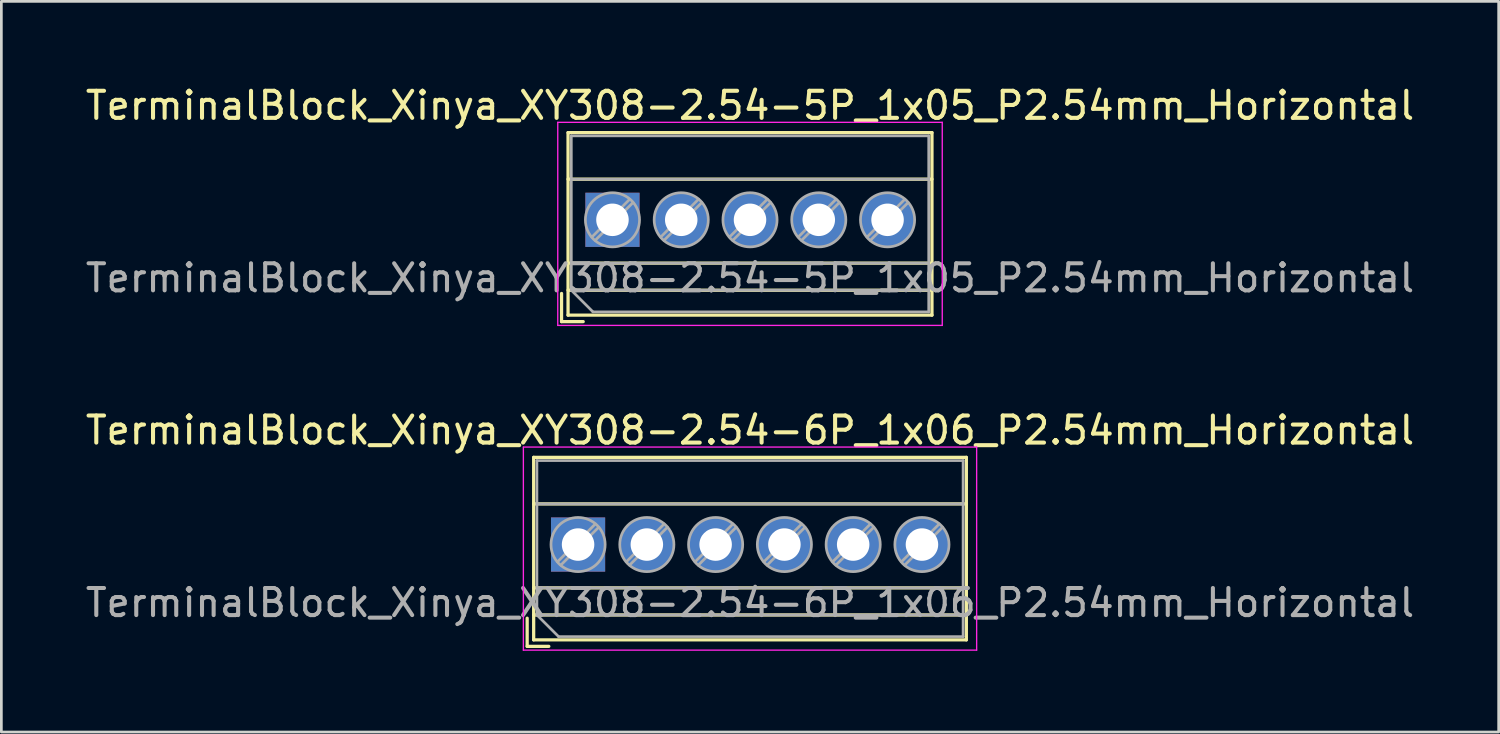
<source format=kicad_pcb>
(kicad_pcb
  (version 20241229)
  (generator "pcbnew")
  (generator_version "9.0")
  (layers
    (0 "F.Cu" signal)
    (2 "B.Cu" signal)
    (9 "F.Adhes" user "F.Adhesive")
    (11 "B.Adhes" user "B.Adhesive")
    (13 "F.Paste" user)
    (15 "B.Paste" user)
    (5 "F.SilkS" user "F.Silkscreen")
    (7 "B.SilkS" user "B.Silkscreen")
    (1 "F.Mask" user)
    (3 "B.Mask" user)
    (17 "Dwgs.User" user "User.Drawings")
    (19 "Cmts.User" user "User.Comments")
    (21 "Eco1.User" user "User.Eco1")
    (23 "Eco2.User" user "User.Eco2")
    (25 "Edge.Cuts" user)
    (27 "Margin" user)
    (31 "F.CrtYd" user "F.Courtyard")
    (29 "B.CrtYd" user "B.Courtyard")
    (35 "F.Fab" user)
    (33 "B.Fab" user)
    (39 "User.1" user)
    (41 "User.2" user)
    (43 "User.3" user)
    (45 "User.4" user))
  (footprint "TerminalBlock_Xinya_XY308-2.54-5P_1x05_P2.54mm_Horizontal"
    (layer "F.Cu")
    (at 19.569 5.068)
    (property "Reference" "TerminalBlock_Xinya_XY308-2.54-5P_1x05_P2.54mm_Horizontal" (at 5.08 -4.22 0) (layer "F.SilkS") (effects (font (size 1 1) (thickness 0.15))))
    (attr through_hole)
    (fp_line (start -1.88 2.72) (end -1.88 3.76) (stroke (width 0.12) (type solid)) (layer "F.SilkS"))
    (fp_line (start -1.88 3.76) (end -1.08 3.76) (stroke (width 0.12) (type solid)) (layer "F.SilkS"))
    (fp_line (start -1.64 -3.22) (end -1.64 3.52) (stroke (width 0.12) (type solid)) (layer "F.SilkS"))
    (fp_line (start -1.64 -3.22) (end 11.8 -3.22) (stroke (width 0.12) (type solid)) (layer "F.SilkS"))
    (fp_line (start -1.64 -1.501) (end 11.8 -1.501) (stroke (width 0.12) (type solid)) (layer "F.SilkS"))
    (fp_line (start -1.64 1.6) (end 11.8 1.6) (stroke (width 0.12) (type solid)) (layer "F.SilkS"))
    (fp_line (start -1.64 2.6) (end 11.8 2.6) (stroke (width 0.12) (type solid)) (layer "F.SilkS"))
    (fp_line (start -1.64 3.52) (end 11.8 3.52) (stroke (width 0.12) (type solid)) (layer "F.SilkS"))
    (fp_line (start 11.8 -3.22) (end 11.8 3.52) (stroke (width 0.12) (type solid)) (layer "F.SilkS"))
    (fp_line (start -2.02 -3.6) (end -2.02 3.9) (stroke (width 0.05) (type solid)) (layer "F.CrtYd"))
    (fp_line (start -2.02 3.9) (end 12.18 3.9) (stroke (width 0.05) (type solid)) (layer "F.CrtYd"))
    (fp_line (start 12.18 -3.6) (end -2.02 -3.6) (stroke (width 0.05) (type solid)) (layer "F.CrtYd"))
    (fp_line (start 12.18 3.9) (end 12.18 -3.6) (stroke (width 0.05) (type solid)) (layer "F.CrtYd"))
    (fp_line (start -1.52 -3.1) (end 11.68 -3.1) (stroke (width 0.1) (type solid)) (layer "F.Fab"))
    (fp_line (start -1.52 -1.5) (end 11.68 -1.5) (stroke (width 0.1) (type solid)) (layer "F.Fab"))
    (fp_line (start -1.52 1.6) (end 11.68 1.6) (stroke (width 0.1) (type solid)) (layer "F.Fab"))
    (fp_line (start -1.52 2.6) (end -1.52 -3.1) (stroke (width 0.1) (type solid)) (layer "F.Fab"))
    (fp_line (start -1.52 2.6) (end 11.68 2.6) (stroke (width 0.1) (type solid)) (layer "F.Fab"))
    (fp_line (start -0.72 3.4) (end -1.52 2.6) (stroke (width 0.1) (type solid)) (layer "F.Fab"))
    (fp_line (start 0.637 -0.759) (end -0.759 0.637) (stroke (width 0.1) (type solid)) (layer "F.Fab"))
    (fp_line (start 0.759 -0.637) (end -0.637 0.759) (stroke (width 0.1) (type solid)) (layer "F.Fab"))
    (fp_line (start 3.177 -0.759) (end 1.782 0.637) (stroke (width 0.1) (type solid)) (layer "F.Fab"))
    (fp_line (start 3.299 -0.637) (end 1.904 0.759) (stroke (width 0.1) (type solid)) (layer "F.Fab"))
    (fp_line (start 5.717 -0.759) (end 4.322 0.637) (stroke (width 0.1) (type solid)) (layer "F.Fab"))
    (fp_line (start 5.839 -0.637) (end 4.444 0.759) (stroke (width 0.1) (type solid)) (layer "F.Fab"))
    (fp_line (start 8.257 -0.759) (end 6.862 0.637) (stroke (width 0.1) (type solid)) (layer "F.Fab"))
    (fp_line (start 8.379 -0.637) (end 6.984 0.759) (stroke (width 0.1) (type solid)) (layer "F.Fab"))
    (fp_line (start 10.797 -0.759) (end 9.402 0.637) (stroke (width 0.1) (type solid)) (layer "F.Fab"))
    (fp_line (start 10.919 -0.637) (end 9.524 0.759) (stroke (width 0.1) (type solid)) (layer "F.Fab"))
    (fp_line (start 11.68 -3.1) (end 11.68 3.4) (stroke (width 0.1) (type solid)) (layer "F.Fab"))
    (fp_line (start 11.68 3.4) (end -0.72 3.4) (stroke (width 0.1) (type solid)) (layer "F.Fab"))
    (fp_circle (center 0 0) (end 1 0) (stroke (width 0.1) (type solid)) (fill no) (layer "F.Fab"))
    (fp_circle (center 2.54 0) (end 3.54 0) (stroke (width 0.1) (type solid)) (fill no) (layer "F.Fab"))
    (fp_circle (center 5.08 0) (end 6.08 0) (stroke (width 0.1) (type solid)) (fill no) (layer "F.Fab"))
    (fp_circle (center 7.62 0) (end 8.62 0) (stroke (width 0.1) (type solid)) (fill no) (layer "F.Fab"))
    (fp_circle (center 10.16 0) (end 11.16 0) (stroke (width 0.1) (type solid)) (fill no) (layer "F.Fab"))
    (fp_text user "${REFERENCE}" (at 5.08 2.15 0) (layer "F.Fab") (effects (font (size 1 1) (thickness 0.15))))
    (pad "1" thru_hole rect (at 0 0) (size 2 2) (drill 1.2) (layers "*.Cu" "*.Mask"))
    (pad "2" thru_hole circle (at 2.54 0) (size 2 2) (drill 1.2) (layers "*.Cu" "*.Mask"))
    (pad "3" thru_hole circle (at 5.08 0) (size 2 2) (drill 1.2) (layers "*.Cu" "*.Mask"))
    (pad "4" thru_hole circle (at 7.62 0) (size 2 2) (drill 1.2) (layers "*.Cu" "*.Mask"))
    (pad "5" thru_hole circle (at 10.16 0) (size 2 2) (drill 1.2) (layers "*.Cu" "*.Mask")))
  (footprint "TerminalBlock_Xinya_XY308-2.54-6P_1x06_P2.54mm_Horizontal"
    (layer "F.Cu")
    (at 18.299 17.061)
    (property "Reference" "TerminalBlock_Xinya_XY308-2.54-6P_1x06_P2.54mm_Horizontal" (at 6.35 -4.22 0) (layer "F.SilkS") (effects (font (size 1 1) (thickness 0.15))))
    (attr through_hole)
    (fp_line (start -1.88 2.72) (end -1.88 3.76) (stroke (width 0.12) (type solid)) (layer "F.SilkS"))
    (fp_line (start -1.88 3.76) (end -1.08 3.76) (stroke (width 0.12) (type solid)) (layer "F.SilkS"))
    (fp_line (start -1.64 -3.22) (end -1.64 3.52) (stroke (width 0.12) (type solid)) (layer "F.SilkS"))
    (fp_line (start -1.64 -3.22) (end 14.34 -3.22) (stroke (width 0.12) (type solid)) (layer "F.SilkS"))
    (fp_line (start -1.64 -1.501) (end 14.34 -1.501) (stroke (width 0.12) (type solid)) (layer "F.SilkS"))
    (fp_line (start -1.64 1.6) (end 14.34 1.6) (stroke (width 0.12) (type solid)) (layer "F.SilkS"))
    (fp_line (start -1.64 2.6) (end 14.34 2.6) (stroke (width 0.12) (type solid)) (layer "F.SilkS"))
    (fp_line (start -1.64 3.52) (end 14.34 3.52) (stroke (width 0.12) (type solid)) (layer "F.SilkS"))
    (fp_line (start 14.34 -3.22) (end 14.34 3.52) (stroke (width 0.12) (type solid)) (layer "F.SilkS"))
    (fp_line (start -2.02 -3.6) (end -2.02 3.9) (stroke (width 0.05) (type solid)) (layer "F.CrtYd"))
    (fp_line (start -2.02 3.9) (end 14.72 3.9) (stroke (width 0.05) (type solid)) (layer "F.CrtYd"))
    (fp_line (start 14.72 -3.6) (end -2.02 -3.6) (stroke (width 0.05) (type solid)) (layer "F.CrtYd"))
    (fp_line (start 14.72 3.9) (end 14.72 -3.6) (stroke (width 0.05) (type solid)) (layer "F.CrtYd"))
    (fp_line (start -1.52 -3.1) (end 14.22 -3.1) (stroke (width 0.1) (type solid)) (layer "F.Fab"))
    (fp_line (start -1.52 -1.5) (end 14.22 -1.5) (stroke (width 0.1) (type solid)) (layer "F.Fab"))
    (fp_line (start -1.52 1.6) (end 14.22 1.6) (stroke (width 0.1) (type solid)) (layer "F.Fab"))
    (fp_line (start -1.52 2.6) (end -1.52 -3.1) (stroke (width 0.1) (type solid)) (layer "F.Fab"))
    (fp_line (start -1.52 2.6) (end 14.22 2.6) (stroke (width 0.1) (type solid)) (layer "F.Fab"))
    (fp_line (start -0.72 3.4) (end -1.52 2.6) (stroke (width 0.1) (type solid)) (layer "F.Fab"))
    (fp_line (start 0.637 -0.759) (end -0.759 0.637) (stroke (width 0.1) (type solid)) (layer "F.Fab"))
    (fp_line (start 0.759 -0.637) (end -0.637 0.759) (stroke (width 0.1) (type solid)) (layer "F.Fab"))
    (fp_line (start 3.177 -0.759) (end 1.782 0.637) (stroke (width 0.1) (type solid)) (layer "F.Fab"))
    (fp_line (start 3.299 -0.637) (end 1.904 0.759) (stroke (width 0.1) (type solid)) (layer "F.Fab"))
    (fp_line (start 5.717 -0.759) (end 4.322 0.637) (stroke (width 0.1) (type solid)) (layer "F.Fab"))
    (fp_line (start 5.839 -0.637) (end 4.444 0.759) (stroke (width 0.1) (type solid)) (layer "F.Fab"))
    (fp_line (start 8.257 -0.759) (end 6.862 0.637) (stroke (width 0.1) (type solid)) (layer "F.Fab"))
    (fp_line (start 8.379 -0.637) (end 6.984 0.759) (stroke (width 0.1) (type solid)) (layer "F.Fab"))
    (fp_line (start 10.797 -0.759) (end 9.402 0.637) (stroke (width 0.1) (type solid)) (layer "F.Fab"))
    (fp_line (start 10.919 -0.637) (end 9.524 0.759) (stroke (width 0.1) (type solid)) (layer "F.Fab"))
    (fp_line (start 13.337 -0.759) (end 11.942 0.637) (stroke (width 0.1) (type solid)) (layer "F.Fab"))
    (fp_line (start 13.459 -0.637) (end 12.064 0.759) (stroke (width 0.1) (type solid)) (layer "F.Fab"))
    (fp_line (start 14.22 -3.1) (end 14.22 3.4) (stroke (width 0.1) (type solid)) (layer "F.Fab"))
    (fp_line (start 14.22 3.4) (end -0.72 3.4) (stroke (width 0.1) (type solid)) (layer "F.Fab"))
    (fp_circle (center 0 0) (end 1 0) (stroke (width 0.1) (type solid)) (fill no) (layer "F.Fab"))
    (fp_circle (center 2.54 0) (end 3.54 0) (stroke (width 0.1) (type solid)) (fill no) (layer "F.Fab"))
    (fp_circle (center 5.08 0) (end 6.08 0) (stroke (width 0.1) (type solid)) (fill no) (layer "F.Fab"))
    (fp_circle (center 7.62 0) (end 8.62 0) (stroke (width 0.1) (type solid)) (fill no) (layer "F.Fab"))
    (fp_circle (center 10.16 0) (end 11.16 0) (stroke (width 0.1) (type solid)) (fill no) (layer "F.Fab"))
    (fp_circle (center 12.7 0) (end 13.7 0) (stroke (width 0.1) (type solid)) (fill no) (layer "F.Fab"))
    (fp_text user "${REFERENCE}" (at 6.35 2.15 0) (layer "F.Fab") (effects (font (size 1 1) (thickness 0.15))))
    (pad "1" thru_hole rect (at 0 0) (size 2 2) (drill 1.2) (layers "*.Cu" "*.Mask"))
    (pad "2" thru_hole circle (at 2.54 0) (size 2 2) (drill 1.2) (layers "*.Cu" "*.Mask"))
    (pad "3" thru_hole circle (at 5.08 0) (size 2 2) (drill 1.2) (layers "*.Cu" "*.Mask"))
    (pad "4" thru_hole circle (at 7.62 0) (size 2 2) (drill 1.2) (layers "*.Cu" "*.Mask"))
    (pad "5" thru_hole circle (at 10.16 0) (size 2 2) (drill 1.2) (layers "*.Cu" "*.Mask"))
    (pad "6" thru_hole circle (at 12.7 0) (size 2 2) (drill 1.2) (layers "*.Cu" "*.Mask")))
  (gr_rect
    (start -3 -3)
    (end 52.298 23.986)
    (stroke (width 0.1) (type default))
    (fill no)
    (layer "Edge.Cuts")))
</source>
